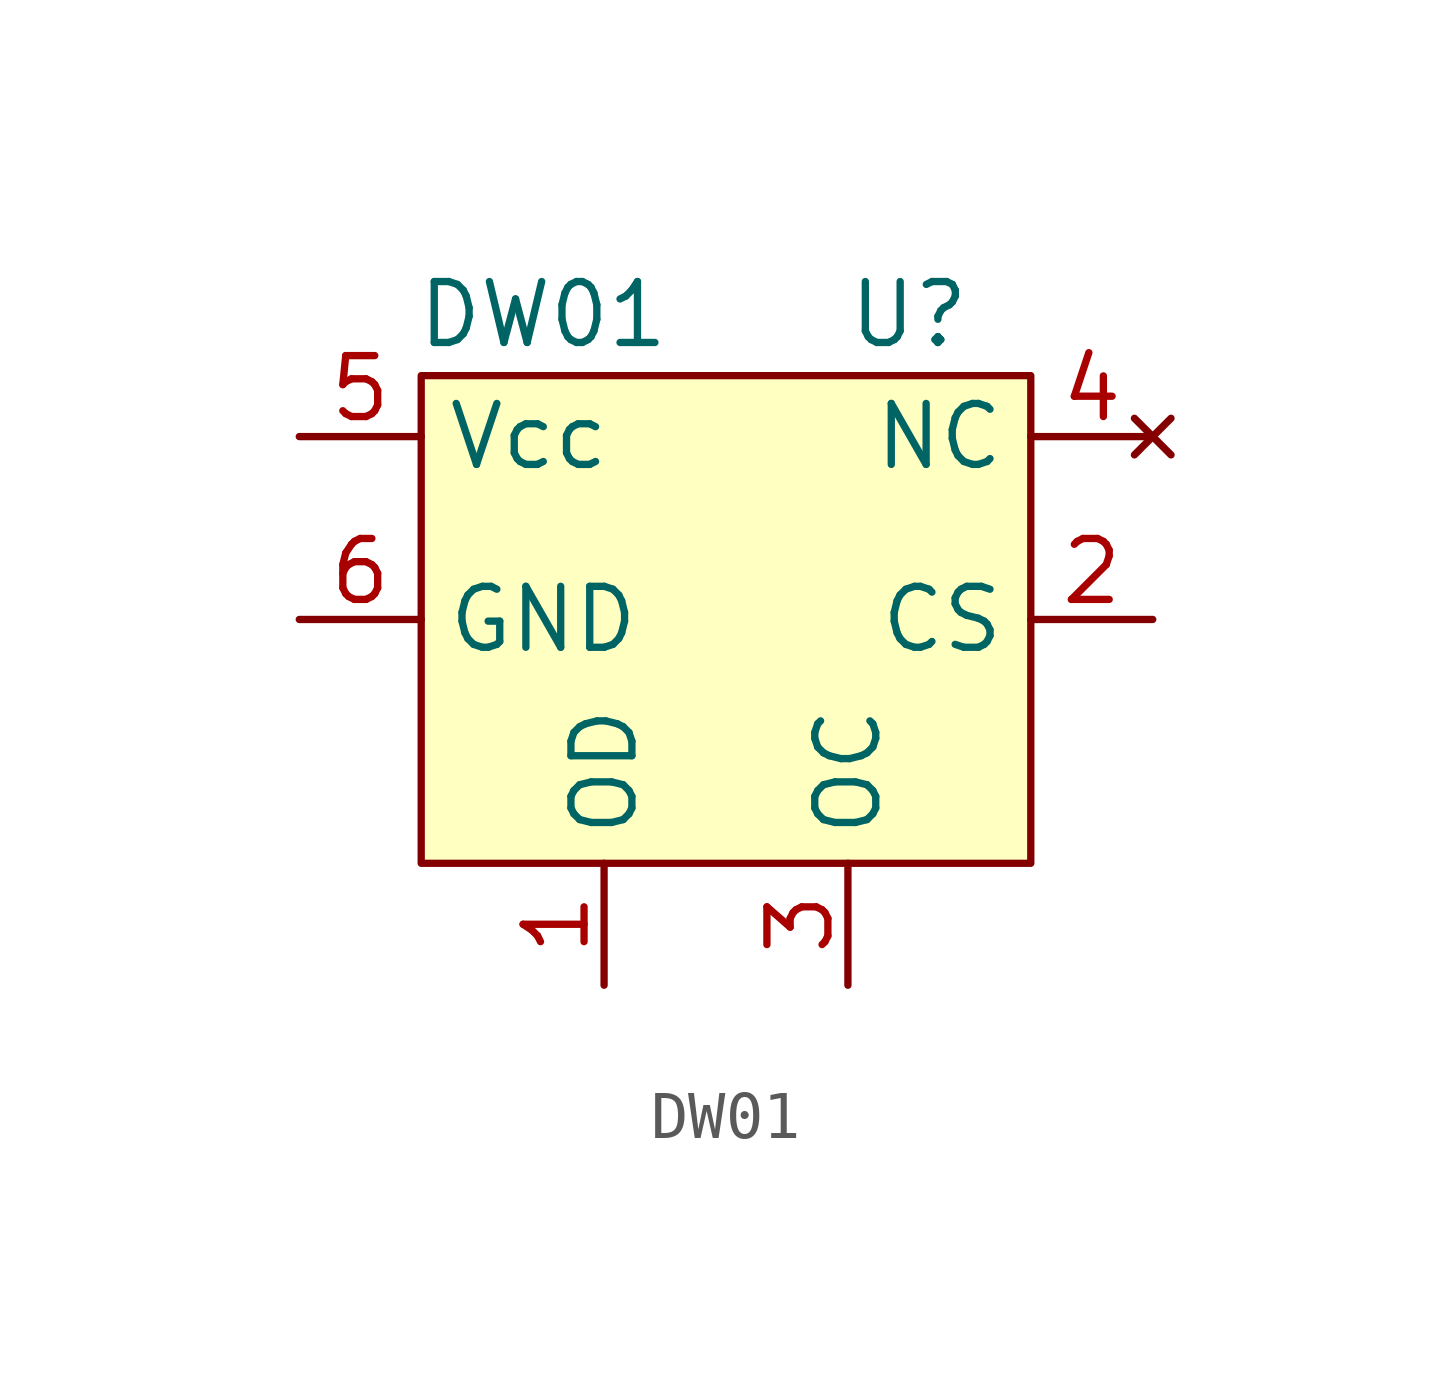
<source format=kicad_sym>
(kicad_symbol_lib
  (version 20211014)
  (generator kicad_symbol_editor)
  (symbol "TheKnobLib:DW01"
    (property "Reference" "U"
      (at 3.81 1.27 0)
      (effects (font (size 1.27 1.27))))
    (property "Value" "DW01"
      (at -3.81 1.27 0)
      (effects (font (size 1.27 1.27))))
    (symbol "DW01_0_1"
      (rectangle (start -6.35 0) (end 6.35 -10.16) (stroke (width 0.152) (type default) (color 0 0 0 0)) (fill (type background))))
    (symbol "DW01_1_1"
      (pin output line (at -2.54 -12.7 90) (length 2.54) (name "OD" (effects (font (size 1.27 1.27)))) (number "1" (effects (font (size 1.27 1.27)))))
      (pin input line (at 8.89 -5.08 180) (length 2.54) (name "CS" (effects (font (size 1.27 1.27)))) (number "2" (effects (font (size 1.27 1.27)))))
      (pin output line (at 2.54 -12.7 90) (length 2.54) (name "OC" (effects (font (size 1.27 1.27)))) (number "3" (effects (font (size 1.27 1.27)))))
      (pin no_connect line (at 8.89 -1.27 180) (length 2.54) (name "NC" (effects (font (size 1.27 1.27)))) (number "4" (effects (font (size 1.27 1.27)))))
      (pin power_in line (at -8.89 -1.27 0) (length 2.54) (name "Vcc" (effects (font (size 1.27 1.27)))) (number "5" (effects (font (size 1.27 1.27)))))
      (pin power_out line (at -8.89 -5.08 0) (length 2.54) (name "GND" (effects (font (size 1.27 1.27)))) (number "6" (effects (font (size 1.27 1.27))))))))
</source>
